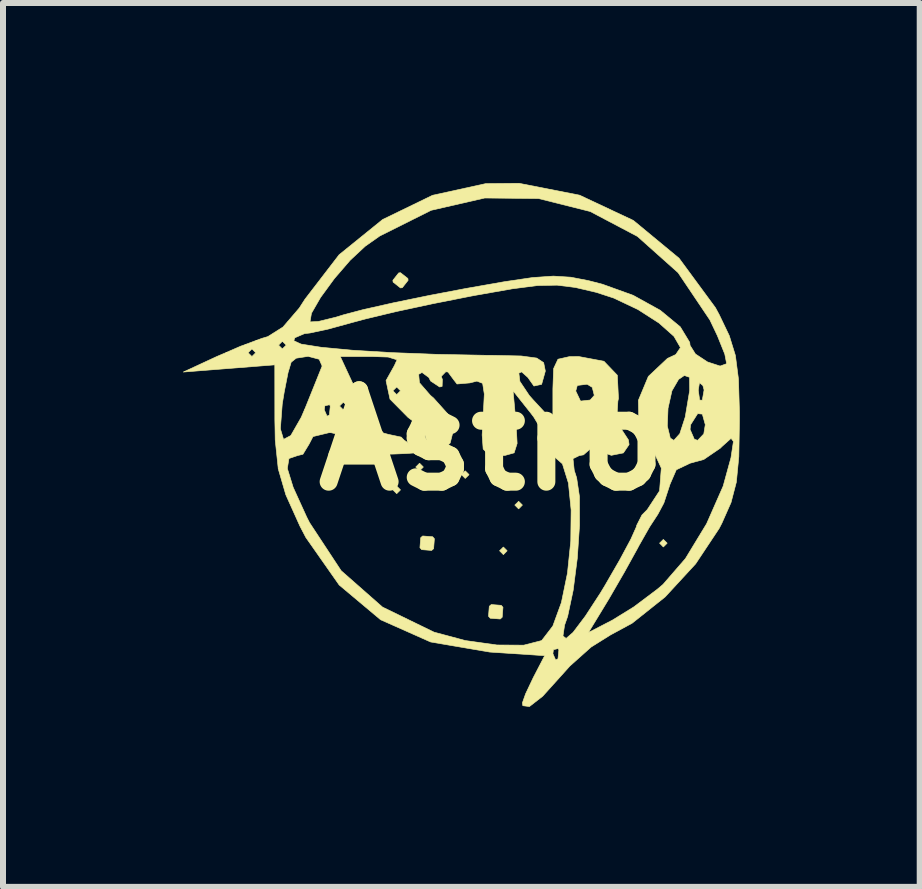
<source format=kicad_pcb>
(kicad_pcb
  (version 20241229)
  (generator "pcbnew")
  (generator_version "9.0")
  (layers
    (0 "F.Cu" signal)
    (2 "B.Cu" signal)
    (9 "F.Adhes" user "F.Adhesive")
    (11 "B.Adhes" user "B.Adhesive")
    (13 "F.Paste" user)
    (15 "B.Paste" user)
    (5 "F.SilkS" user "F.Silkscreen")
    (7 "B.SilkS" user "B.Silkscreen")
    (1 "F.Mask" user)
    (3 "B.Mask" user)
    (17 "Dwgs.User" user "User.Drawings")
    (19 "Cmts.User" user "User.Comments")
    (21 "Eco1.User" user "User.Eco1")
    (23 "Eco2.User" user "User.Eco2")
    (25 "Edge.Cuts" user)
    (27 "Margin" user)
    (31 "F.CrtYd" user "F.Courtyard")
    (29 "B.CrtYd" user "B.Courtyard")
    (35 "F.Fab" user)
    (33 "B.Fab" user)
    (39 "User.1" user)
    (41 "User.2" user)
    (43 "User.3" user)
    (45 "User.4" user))
  (footprint "Astro"
    (layer "F.Cu")
    (at 5.149 4.289)
    (property "Reference" "Astro" (at 0 0 0) (layer "F.SilkS") (effects (font (size 1.524 1.524) (thickness 0.3))))
    (attr through_hole)
    (fp_poly (pts (xy -1.524 0.826) (xy -1.587 0.889) (xy -1.651 0.826) (xy -1.587 0.762) (xy -1.524 0.826)) (stroke (width 0.01) (type solid)) (fill yes) (layer "F.SilkS"))
    (fp_poly (pts (xy -1.143 0.445) (xy -1.206 0.508) (xy -1.27 0.445) (xy -1.206 0.381) (xy -1.143 0.445)) (stroke (width 0.01) (type solid)) (fill yes) (layer "F.SilkS"))
    (fp_poly (pts (xy -0.381 0.572) (xy -0.445 0.635) (xy -0.508 0.572) (xy -0.445 0.508) (xy -0.381 0.572)) (stroke (width 0.01) (type solid)) (fill yes) (layer "F.SilkS"))
    (fp_poly (pts (xy 0.254 1.841) (xy 0.191 1.905) (xy 0.127 1.841) (xy 0.191 1.778) (xy 0.254 1.841)) (stroke (width 0.01) (type solid)) (fill yes) (layer "F.SilkS"))
    (fp_poly (pts (xy 0.508 1.079) (xy 0.445 1.143) (xy 0.381 1.079) (xy 0.445 1.016) (xy 0.508 1.079)) (stroke (width 0.01) (type solid)) (fill yes) (layer "F.SilkS"))
    (fp_poly (pts (xy 2.921 1.714) (xy 2.857 1.778) (xy 2.794 1.714) (xy 2.857 1.651) (xy 2.921 1.714)) (stroke (width 0.01) (type solid)) (fill yes) (layer "F.SilkS"))
    (fp_poly (pts (xy -1.401 -2.697) (xy -1.397 -2.667) (xy -1.494 -2.544) (xy -1.524 -2.54) (xy -1.647 -2.637) (xy -1.651 -2.667) (xy -1.554 -2.79) (xy -1.524 -2.794) (xy -1.401 -2.697)) (stroke (width 0.01) (type solid)) (fill yes) (layer "F.SilkS"))
    (fp_poly (pts (xy -0.988 1.607) (xy -0.959 1.64) (xy -0.972 1.806) (xy -1.005 1.835) (xy -1.171 1.822) (xy -1.2 1.789) (xy -1.187 1.623) (xy -1.154 1.594) (xy -0.988 1.607)) (stroke (width 0.01) (type solid)) (fill yes) (layer "F.SilkS"))
    (fp_poly (pts (xy 0.155 2.75) (xy 0.184 2.783) (xy 0.171 2.949) (xy 0.138 2.978) (xy -0.028 2.965) (xy -0.057 2.932) (xy -0.044 2.766) (xy -0.011 2.737) (xy 0.155 2.75)) (stroke (width 0.01) (type solid)) (fill yes) (layer "F.SilkS"))
    (fp_poly (pts (xy 1.461 -4.086) (xy 2.357 -3.665) (xy 3.119 -3.035) (xy 3.725 -2.211) (xy 3.788 -2.095) (xy 3.956 -1.744) (xy 4.058 -1.414) (xy 4.109 -1.02) (xy 4.125 -0.478) (xy 4.125 -0.318) (xy 4.115 0.273) (xy 4.074 0.696) (xy 3.985 1.037) (xy 3.833 1.38) (xy 3.787 1.469) (xy 3.395 2.059) (xy 2.887 2.61) (xy 2.337 3.048) (xy 1.977 3.243) (xy 1.654 3.445) (xy 1.299 3.762) (xy 1.149 3.929) (xy 0.845 4.266) (xy 0.625 4.437) (xy 0.515 4.423) (xy 0.508 4.375) (xy 0.561 4.225) (xy 0.688 3.957) (xy 0.693 3.947) (xy 0.879 3.589) (xy 0.374 3.556) (xy 1.016 3.556) (xy 1.062 3.661) (xy 1.101 3.641) (xy 1.116 3.49) (xy 1.101 3.471) (xy 1.025 3.489) (xy 1.016 3.556) (xy 0.374 3.556) (xy -0.037 3.529) (xy -1.022 3.361) (xy -1.856 2.99) (xy -2.546 2.411) (xy -3.102 1.618) (xy -3.201 1.428) (xy -3.435 0.908) (xy -3.562 0.473) (xy -3.562 0.469) (xy -3.41 0.469) (xy -3.313 0.783) (xy -3.088 1.277) (xy -3.04 1.372) (xy -2.513 2.173) (xy -1.824 2.779) (xy -0.965 3.197) (xy -0.443 3.337) (xy 0.082 3.411) (xy 0.53 3.414) (xy 0.822 3.339) (xy 0.833 3.332) (xy 1.015 3.095) (xy 1.158 2.703) (xy 1.259 2.213) (xy 1.314 1.68) (xy 1.32 1.161) (xy 1.275 0.713) (xy 1.175 0.392) (xy 1.018 0.255) (xy 0.998 0.254) (xy 0.91 0.158) (xy 0.915 0.092) (xy 0.866 -0.106) (xy 0.698 -0.387) (xy 0.652 -0.448) (xy 0.352 -0.826) (xy 0.402 -0.286) (xy 0.42 0.052) (xy 0.37 0.209) (xy 0.216 0.252) (xy 0.13 0.254) (xy -0.057 0.237) (xy -0.146 0.145) (xy -0.163 -0.089) (xy -0.146 -0.394) (xy -0.127 -0.771) (xy -0.155 -0.95) (xy -0.25 -0.987) (xy -0.368 -0.957) (xy -0.582 -0.939) (xy -0.635 -1.007) (xy -0.732 -1.138) (xy -0.769 -1.143) (xy -0.845 -1.065) (xy -0.826 -1.016) (xy -0.83 -0.899) (xy -0.871 -0.889) (xy -1.022 -0.989) (xy -1.052 -1.048) (xy -1.165 -1.131) (xy -1.221 -1.1) (xy -1.208 -0.96) (xy -1.025 -0.749) (xy -0.973 -0.705) (xy -0.704 -0.405) (xy -0.656 -0.113) (xy -0.696 0.045) (xy -0.801 0.139) (xy -1.026 0.191) (xy -1.428 0.22) (xy -1.617 0.228) (xy -2.093 0.24) (xy -2.361 0.223) (xy -2.468 0.167) (xy -2.461 0.069) (xy -2.47 -0.079) (xy -2.681 -0.127) (xy -2.717 -0.127) (xy -2.982 -0.063) (xy -3.048 0.064) (xy -3.15 0.232) (xy -3.239 0.254) (xy -3.383 0.303) (xy -3.41 0.469) (xy -3.562 0.469) (xy -3.612 -0.006) (xy -3.615 -0.192) (xy -3.526 -0.192) (xy -3.473 -0.016) (xy -3.352 -0.08) (xy -3.178 -0.384) (xy -3.125 -0.508) (xy -2.794 -0.508) (xy -2.748 -0.403) (xy -2.709 -0.423) (xy -2.694 -0.572) (xy -2.54 -0.572) (xy -2.477 -0.508) (xy -2.413 -0.572) (xy -2.477 -0.635) (xy -2.54 -0.572) (xy -2.694 -0.572) (xy -2.694 -0.574) (xy -2.709 -0.593) (xy -2.785 -0.575) (xy -2.794 -0.508) (xy -3.125 -0.508) (xy -3.111 -0.54) (xy -2.965 -0.902) (xy -2.855 -1.176) (xy -2.83 -1.238) (xy -2.879 -1.351) (xy -3.052 -1.397) (xy -2.528 -1.397) (xy -2.218 -0.73) (xy -1.999 -0.332) (xy -1.809 -0.122) (xy -1.725 -0.099) (xy -1.513 -0.054) (xy -1.463 -0.003) (xy -1.28 0.122) (xy -1.096 0.026) (xy -1.086 0.01) (xy -1.13 -0.131) (xy -1.332 -0.333) (xy -1.396 -0.38) (xy -1.699 -0.687) (xy -1.729 -0.826) (xy -1.651 -0.826) (xy -1.587 -0.762) (xy -1.524 -0.826) (xy -1.587 -0.889) (xy -1.651 -0.826) (xy -1.729 -0.826) (xy -1.765 -0.996) (xy -1.626 -1.245) (xy -1.582 -1.342) (xy -1.729 -1.388) (xy -2.001 -1.397) (xy -2.528 -1.397) (xy -3.052 -1.397) (xy -3.062 -1.4) (xy -3.262 -1.369) (xy -3.346 -1.302) (xy -3.398 -1.129) (xy -3.463 -0.798) (xy -3.495 -0.603) (xy -3.526 -0.192) (xy -3.615 -0.192) (xy -3.618 -0.337) (xy -3.619 -1.258) (xy -5.144 -1.138) (xy -4.588 -1.396) (xy -4.438 -1.46) (xy -4.064 -1.46) (xy -4 -1.397) (xy -3.937 -1.46) (xy -4 -1.524) (xy -4.064 -1.46) (xy -4.438 -1.46) (xy -4.188 -1.569) (xy -4.137 -1.587) (xy -3.556 -1.587) (xy -3.493 -1.524) (xy -3.429 -1.587) (xy -3.493 -1.651) (xy -3.556 -1.587) (xy -4.137 -1.587) (xy -3.942 -1.66) (xy -3.302 -1.66) (xy -3.181 -1.604) (xy -2.845 -1.551) (xy -2.329 -1.502) (xy -1.674 -1.462) (xy -0.916 -1.433) (xy -0.094 -1.417) (xy 0.032 -1.416) (xy 0.488 -1.406) (xy 0.747 -1.371) (xy 0.862 -1.295) (xy 0.889 -1.161) (xy 0.889 -1.15) (xy 0.828 -0.933) (xy 0.7 -0.905) (xy 0.599 -1.048) (xy 0.495 -1.141) (xy 0.449 -1.12) (xy 0.466 -0.982) (xy 0.623 -0.747) (xy 0.686 -0.676) (xy 1.016 -0.32) (xy 1.016 -0.822) (xy 1.397 -0.822) (xy 1.477 -0.654) (xy 1.638 -0.672) (xy 1.706 -0.749) (xy 1.672 -0.883) (xy 1.587 -0.935) (xy 1.423 -0.915) (xy 1.397 -0.822) (xy 1.016 -0.822) (xy 1.016 -0.859) (xy 1.028 -1.196) (xy 1.101 -1.352) (xy 1.291 -1.395) (xy 1.445 -1.397) (xy 1.867 -1.318) (xy 2.09 -1.085) (xy 2.109 -0.699) (xy 2.099 -0.652) (xy 2.08 -0.35) (xy 2.152 -0.195) (xy 2.275 -0.007) (xy 2.286 0.071) (xy 2.191 0.21) (xy 1.99 0.25) (xy 1.811 0.186) (xy 1.768 0.095) (xy 1.742 0.002) (xy 1.694 0.095) (xy 1.526 0.242) (xy 1.457 0.254) (xy 1.351 0.306) (xy 1.372 0.501) (xy 1.412 0.625) (xy 1.459 0.939) (xy 1.46 1.415) (xy 1.423 1.964) (xy 1.354 2.5) (xy 1.262 2.934) (xy 1.211 3.08) (xy 1.184 3.261) (xy 1.236 3.302) (xy 1.35 3.203) (xy 1.609 3.203) (xy 2.009 2.996) (xy 2.365 2.776) (xy 2.755 2.483) (xy 2.851 2.402) (xy 3.225 1.971) (xy 3.578 1.39) (xy 3.854 0.763) (xy 3.984 0.29) (xy 4.025 0.019) (xy 3.986 -0.033) (xy 3.834 0.103) (xy 3.806 0.131) (xy 3.531 0.319) (xy 3.304 0.381) (xy 3.073 0.491) (xy 2.969 0.73) (xy 2.866 1.044) (xy 2.766 1.232) (xy 2.628 1.443) (xy 2.449 1.758) (xy 2.425 1.804) (xy 2.21 2.193) (xy 1.96 2.625) (xy 1.907 2.713) (xy 1.609 3.203) (xy 1.35 3.203) (xy 1.353 3.2) (xy 1.557 2.93) (xy 1.809 2.543) (xy 1.885 2.417) (xy 2.131 1.991) (xy 2.316 1.646) (xy 2.408 1.44) (xy 2.413 1.416) (xy 2.5 1.245) (xy 2.589 1.155) (xy 2.794 0.842) (xy 2.823 0.463) (xy 2.669 0.13) (xy 2.652 0.112) (xy 2.455 -0.239) (xy 2.923 -0.239) (xy 2.973 -0.037) (xy 3.032 0) (xy 3.131 -0.11) (xy 3.155 -0.183) (xy 3.302 -0.183) (xy 3.373 -0.019) (xy 3.429 0) (xy 3.531 -0.107) (xy 3.556 -0.261) (xy 3.507 -0.437) (xy 3.429 -0.445) (xy 3.312 -0.261) (xy 3.302 -0.183) (xy 3.155 -0.183) (xy 3.218 -0.377) (xy 3.223 -0.397) (xy 3.296 -0.832) (xy 3.296 -0.836) (xy 3.439 -0.836) (xy 3.462 -0.671) (xy 3.506 -0.669) (xy 3.536 -0.839) (xy 3.516 -0.913) (xy 3.459 -0.961) (xy 3.439 -0.836) (xy 3.296 -0.836) (xy 3.293 -1.051) (xy 3.207 -1.081) (xy 3.111 -1.016) (xy 3 -0.825) (xy 2.935 -0.534) (xy 2.923 -0.239) (xy 2.455 -0.239) (xy 2.45 -0.249) (xy 2.441 -0.667) (xy 2.607 -1.065) (xy 2.925 -1.365) (xy 3.064 -1.43) (xy 3.142 -1.546) (xy 3.034 -1.733) (xy 2.783 -1.956) (xy 2.434 -2.18) (xy 2.031 -2.371) (xy 1.74 -2.466) (xy 1.39 -2.548) (xy 1.087 -2.586) (xy 0.759 -2.58) (xy 0.336 -2.525) (xy -0.254 -2.421) (xy -0.356 -2.402) (xy -0.991 -2.276) (xy -1.605 -2.144) (xy -2.109 -2.023) (xy -2.332 -1.963) (xy -2.725 -1.855) (xy -3.032 -1.789) (xy -3.126 -1.778) (xy -3.286 -1.709) (xy -3.302 -1.66) (xy -3.942 -1.66) (xy -3.836 -1.699) (xy -3.735 -1.729) (xy -3.483 -1.888) (xy -3.408 -1.975) (xy -3.032 -1.975) (xy -3.031 -1.974) (xy -2.893 -1.981) (xy -2.603 -2.052) (xy -2.477 -2.091) (xy -2.148 -2.178) (xy -1.642 -2.292) (xy -1.029 -2.418) (xy -0.445 -2.529) (xy 0.209 -2.644) (xy 0.677 -2.713) (xy 1.024 -2.737) (xy 1.314 -2.719) (xy 1.612 -2.661) (xy 1.841 -2.602) (xy 2.354 -2.417) (xy 2.806 -2.167) (xy 3.139 -1.892) (xy 3.297 -1.632) (xy 3.302 -1.583) (xy 3.392 -1.439) (xy 3.594 -1.306) (xy 3.803 -1.238) (xy 3.912 -1.277) (xy 3.881 -1.437) (xy 3.758 -1.743) (xy 3.633 -2.006) (xy 3.103 -2.794) (xy 2.425 -3.399) (xy 1.638 -3.814) (xy 0.777 -4.03) (xy -0.119 -4.039) (xy -1.013 -3.834) (xy -1.869 -3.406) (xy -2.112 -3.235) (xy -2.362 -3.002) (xy -2.626 -2.696) (xy -2.857 -2.38) (xy -3.008 -2.118) (xy -3.032 -1.975) (xy -3.408 -1.975) (xy -3.21 -2.206) (xy -3.117 -2.351) (xy -2.547 -3.093) (xy -1.822 -3.68) (xy -0.99 -4.084) (xy -0.102 -4.279) (xy 0.452 -4.284) (xy 1.461 -4.086)) (stroke (width 0.01) (type solid)) (fill yes) (layer "F.SilkS")))
  (gr_rect
    (start -3 -3)
    (end 12.279 11.731)
    (stroke (width 0.1) (type default))
    (fill no)
    (layer "Edge.Cuts")))
</source>
